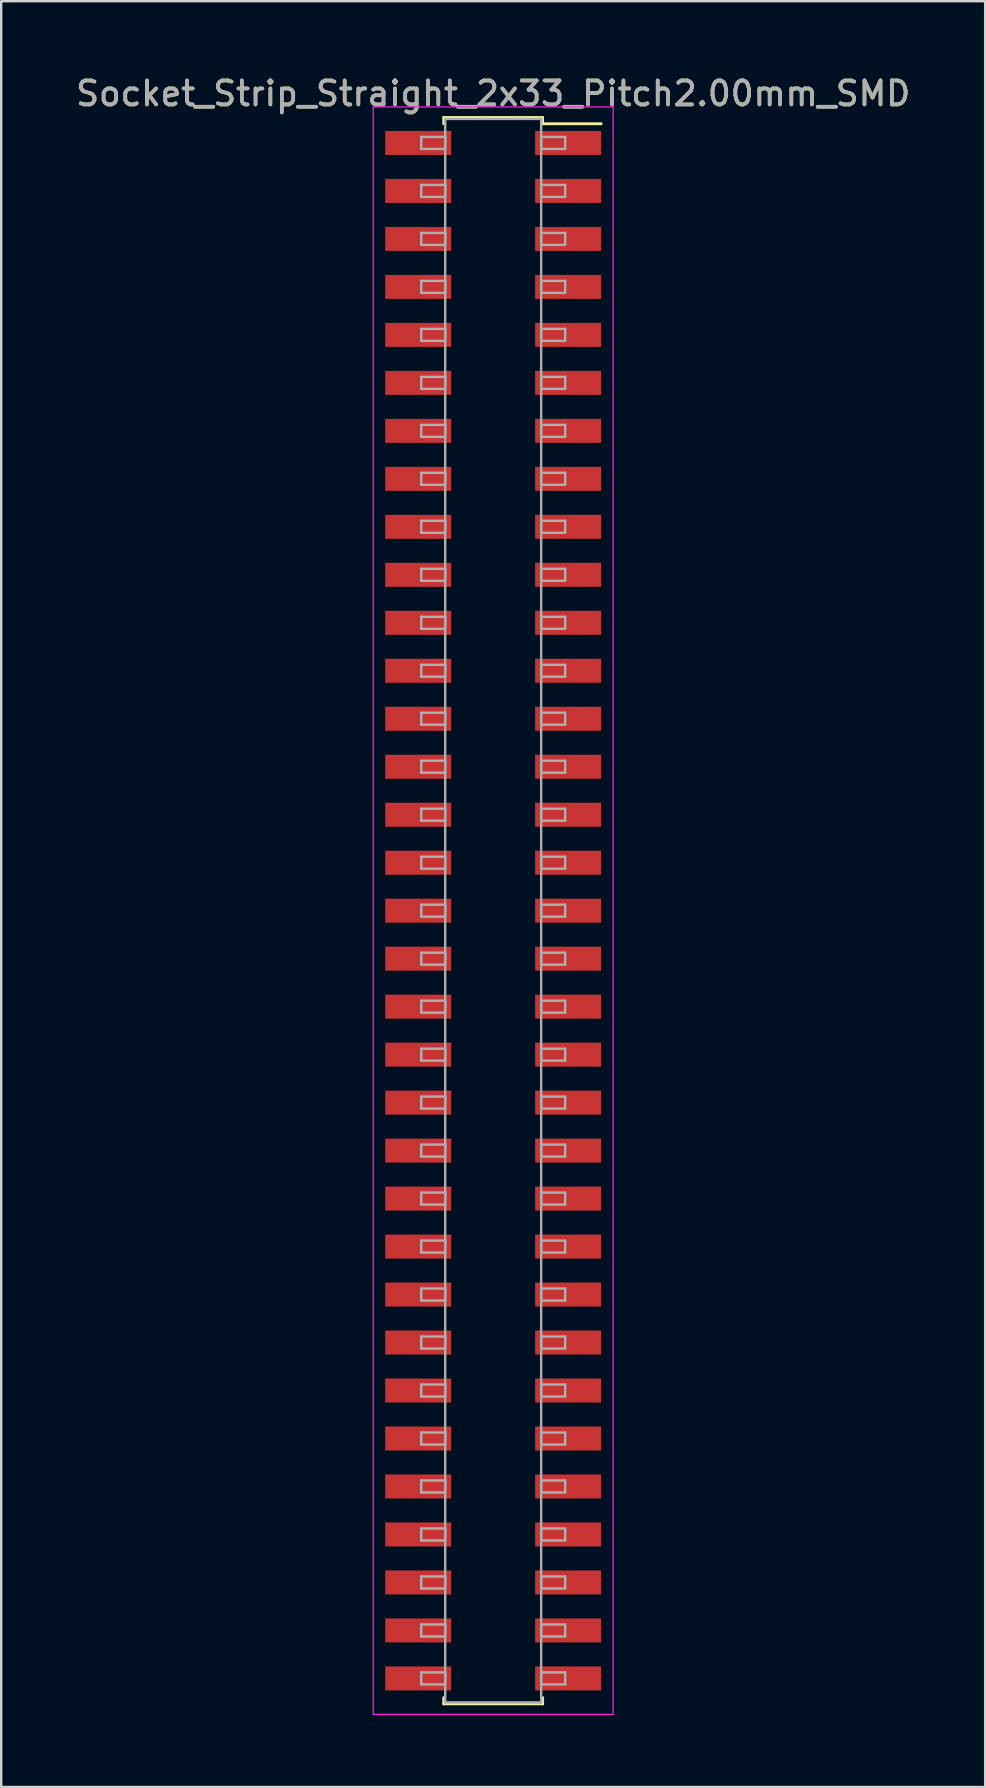
<source format=kicad_pcb>
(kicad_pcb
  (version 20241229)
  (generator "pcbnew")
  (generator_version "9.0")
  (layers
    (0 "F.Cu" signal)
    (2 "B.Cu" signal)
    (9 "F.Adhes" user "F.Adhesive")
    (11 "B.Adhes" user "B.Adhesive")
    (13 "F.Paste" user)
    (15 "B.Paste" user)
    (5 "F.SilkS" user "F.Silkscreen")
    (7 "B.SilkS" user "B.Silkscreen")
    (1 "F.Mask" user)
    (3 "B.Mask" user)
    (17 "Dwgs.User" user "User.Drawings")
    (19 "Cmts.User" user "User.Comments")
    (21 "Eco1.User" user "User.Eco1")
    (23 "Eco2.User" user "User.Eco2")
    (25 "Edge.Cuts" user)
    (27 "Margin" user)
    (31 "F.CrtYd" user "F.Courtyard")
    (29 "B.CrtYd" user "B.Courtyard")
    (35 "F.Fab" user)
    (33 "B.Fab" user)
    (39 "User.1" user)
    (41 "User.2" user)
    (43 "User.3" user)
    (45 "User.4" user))
  (footprint "Socket_Strip_Straight_2x33_Pitch2.00mm_SMD"
    (layer "F.Cu")
    (at 17.506 34.908)
    (property "Reference" "Socket_Strip_Straight_2x33_Pitch2.00mm_SMD" (at 0 -34.06 0) (layer "F.SilkS") (effects (font (size 1 1) (thickness 0.15))))
    (attr smd)
    (fp_line (start -2.06 -33.06) (end 2.06 -33.06) (stroke (width 0.12) (type solid)) (layer "F.SilkS"))
    (fp_line (start -2.06 -32.8) (end -2.06 -33.06) (stroke (width 0.12) (type solid)) (layer "F.SilkS"))
    (fp_line (start -2.06 32.8) (end -2.06 33.06) (stroke (width 0.12) (type solid)) (layer "F.SilkS"))
    (fp_line (start -2.06 33.06) (end 2.06 33.06) (stroke (width 0.12) (type solid)) (layer "F.SilkS"))
    (fp_line (start 2.06 -33.06) (end 2.06 -32.8) (stroke (width 0.12) (type solid)) (layer "F.SilkS"))
    (fp_line (start 2.06 33.06) (end 2.06 32.8) (stroke (width 0.12) (type solid)) (layer "F.SilkS"))
    (fp_line (start 4.5 -32.8) (end 2.06 -32.8) (stroke (width 0.12) (type solid)) (layer "F.SilkS"))
    (fp_line (start -5 -33.5) (end -5 33.5) (stroke (width 0.05) (type solid)) (layer "F.CrtYd"))
    (fp_line (start -5 33.5) (end 5 33.5) (stroke (width 0.05) (type solid)) (layer "F.CrtYd"))
    (fp_line (start 5 -33.5) (end -5 -33.5) (stroke (width 0.05) (type solid)) (layer "F.CrtYd"))
    (fp_line (start 5 33.5) (end 5 -33.5) (stroke (width 0.05) (type solid)) (layer "F.CrtYd"))
    (fp_line (start -3 -32.25) (end -2 -32.25) (stroke (width 0.1) (type solid)) (layer "F.Fab"))
    (fp_line (start -3 -31.75) (end -3 -32.25) (stroke (width 0.1) (type solid)) (layer "F.Fab"))
    (fp_line (start -3 -30.25) (end -2 -30.25) (stroke (width 0.1) (type solid)) (layer "F.Fab"))
    (fp_line (start -3 -29.75) (end -3 -30.25) (stroke (width 0.1) (type solid)) (layer "F.Fab"))
    (fp_line (start -3 -28.25) (end -2 -28.25) (stroke (width 0.1) (type solid)) (layer "F.Fab"))
    (fp_line (start -3 -27.75) (end -3 -28.25) (stroke (width 0.1) (type solid)) (layer "F.Fab"))
    (fp_line (start -3 -26.25) (end -2 -26.25) (stroke (width 0.1) (type solid)) (layer "F.Fab"))
    (fp_line (start -3 -25.75) (end -3 -26.25) (stroke (width 0.1) (type solid)) (layer "F.Fab"))
    (fp_line (start -3 -24.25) (end -2 -24.25) (stroke (width 0.1) (type solid)) (layer "F.Fab"))
    (fp_line (start -3 -23.75) (end -3 -24.25) (stroke (width 0.1) (type solid)) (layer "F.Fab"))
    (fp_line (start -3 -22.25) (end -2 -22.25) (stroke (width 0.1) (type solid)) (layer "F.Fab"))
    (fp_line (start -3 -21.75) (end -3 -22.25) (stroke (width 0.1) (type solid)) (layer "F.Fab"))
    (fp_line (start -3 -20.25) (end -2 -20.25) (stroke (width 0.1) (type solid)) (layer "F.Fab"))
    (fp_line (start -3 -19.75) (end -3 -20.25) (stroke (width 0.1) (type solid)) (layer "F.Fab"))
    (fp_line (start -3 -18.25) (end -2 -18.25) (stroke (width 0.1) (type solid)) (layer "F.Fab"))
    (fp_line (start -3 -17.75) (end -3 -18.25) (stroke (width 0.1) (type solid)) (layer "F.Fab"))
    (fp_line (start -3 -16.25) (end -2 -16.25) (stroke (width 0.1) (type solid)) (layer "F.Fab"))
    (fp_line (start -3 -15.75) (end -3 -16.25) (stroke (width 0.1) (type solid)) (layer "F.Fab"))
    (fp_line (start -3 -14.25) (end -2 -14.25) (stroke (width 0.1) (type solid)) (layer "F.Fab"))
    (fp_line (start -3 -13.75) (end -3 -14.25) (stroke (width 0.1) (type solid)) (layer "F.Fab"))
    (fp_line (start -3 -12.25) (end -2 -12.25) (stroke (width 0.1) (type solid)) (layer "F.Fab"))
    (fp_line (start -3 -11.75) (end -3 -12.25) (stroke (width 0.1) (type solid)) (layer "F.Fab"))
    (fp_line (start -3 -10.25) (end -2 -10.25) (stroke (width 0.1) (type solid)) (layer "F.Fab"))
    (fp_line (start -3 -9.75) (end -3 -10.25) (stroke (width 0.1) (type solid)) (layer "F.Fab"))
    (fp_line (start -3 -8.25) (end -2 -8.25) (stroke (width 0.1) (type solid)) (layer "F.Fab"))
    (fp_line (start -3 -7.75) (end -3 -8.25) (stroke (width 0.1) (type solid)) (layer "F.Fab"))
    (fp_line (start -3 -6.25) (end -2 -6.25) (stroke (width 0.1) (type solid)) (layer "F.Fab"))
    (fp_line (start -3 -5.75) (end -3 -6.25) (stroke (width 0.1) (type solid)) (layer "F.Fab"))
    (fp_line (start -3 -4.25) (end -2 -4.25) (stroke (width 0.1) (type solid)) (layer "F.Fab"))
    (fp_line (start -3 -3.75) (end -3 -4.25) (stroke (width 0.1) (type solid)) (layer "F.Fab"))
    (fp_line (start -3 -2.25) (end -2 -2.25) (stroke (width 0.1) (type solid)) (layer "F.Fab"))
    (fp_line (start -3 -1.75) (end -3 -2.25) (stroke (width 0.1) (type solid)) (layer "F.Fab"))
    (fp_line (start -3 -0.25) (end -2 -0.25) (stroke (width 0.1) (type solid)) (layer "F.Fab"))
    (fp_line (start -3 0.25) (end -3 -0.25) (stroke (width 0.1) (type solid)) (layer "F.Fab"))
    (fp_line (start -3 1.75) (end -2 1.75) (stroke (width 0.1) (type solid)) (layer "F.Fab"))
    (fp_line (start -3 2.25) (end -3 1.75) (stroke (width 0.1) (type solid)) (layer "F.Fab"))
    (fp_line (start -3 3.75) (end -2 3.75) (stroke (width 0.1) (type solid)) (layer "F.Fab"))
    (fp_line (start -3 4.25) (end -3 3.75) (stroke (width 0.1) (type solid)) (layer "F.Fab"))
    (fp_line (start -3 5.75) (end -2 5.75) (stroke (width 0.1) (type solid)) (layer "F.Fab"))
    (fp_line (start -3 6.25) (end -3 5.75) (stroke (width 0.1) (type solid)) (layer "F.Fab"))
    (fp_line (start -3 7.75) (end -2 7.75) (stroke (width 0.1) (type solid)) (layer "F.Fab"))
    (fp_line (start -3 8.25) (end -3 7.75) (stroke (width 0.1) (type solid)) (layer "F.Fab"))
    (fp_line (start -3 9.75) (end -2 9.75) (stroke (width 0.1) (type solid)) (layer "F.Fab"))
    (fp_line (start -3 10.25) (end -3 9.75) (stroke (width 0.1) (type solid)) (layer "F.Fab"))
    (fp_line (start -3 11.75) (end -2 11.75) (stroke (width 0.1) (type solid)) (layer "F.Fab"))
    (fp_line (start -3 12.25) (end -3 11.75) (stroke (width 0.1) (type solid)) (layer "F.Fab"))
    (fp_line (start -3 13.75) (end -2 13.75) (stroke (width 0.1) (type solid)) (layer "F.Fab"))
    (fp_line (start -3 14.25) (end -3 13.75) (stroke (width 0.1) (type solid)) (layer "F.Fab"))
    (fp_line (start -3 15.75) (end -2 15.75) (stroke (width 0.1) (type solid)) (layer "F.Fab"))
    (fp_line (start -3 16.25) (end -3 15.75) (stroke (width 0.1) (type solid)) (layer "F.Fab"))
    (fp_line (start -3 17.75) (end -2 17.75) (stroke (width 0.1) (type solid)) (layer "F.Fab"))
    (fp_line (start -3 18.25) (end -3 17.75) (stroke (width 0.1) (type solid)) (layer "F.Fab"))
    (fp_line (start -3 19.75) (end -2 19.75) (stroke (width 0.1) (type solid)) (layer "F.Fab"))
    (fp_line (start -3 20.25) (end -3 19.75) (stroke (width 0.1) (type solid)) (layer "F.Fab"))
    (fp_line (start -3 21.75) (end -2 21.75) (stroke (width 0.1) (type solid)) (layer "F.Fab"))
    (fp_line (start -3 22.25) (end -3 21.75) (stroke (width 0.1) (type solid)) (layer "F.Fab"))
    (fp_line (start -3 23.75) (end -2 23.75) (stroke (width 0.1) (type solid)) (layer "F.Fab"))
    (fp_line (start -3 24.25) (end -3 23.75) (stroke (width 0.1) (type solid)) (layer "F.Fab"))
    (fp_line (start -3 25.75) (end -2 25.75) (stroke (width 0.1) (type solid)) (layer "F.Fab"))
    (fp_line (start -3 26.25) (end -3 25.75) (stroke (width 0.1) (type solid)) (layer "F.Fab"))
    (fp_line (start -3 27.75) (end -2 27.75) (stroke (width 0.1) (type solid)) (layer "F.Fab"))
    (fp_line (start -3 28.25) (end -3 27.75) (stroke (width 0.1) (type solid)) (layer "F.Fab"))
    (fp_line (start -3 29.75) (end -2 29.75) (stroke (width 0.1) (type solid)) (layer "F.Fab"))
    (fp_line (start -3 30.25) (end -3 29.75) (stroke (width 0.1) (type solid)) (layer "F.Fab"))
    (fp_line (start -3 31.75) (end -2 31.75) (stroke (width 0.1) (type solid)) (layer "F.Fab"))
    (fp_line (start -3 32.25) (end -3 31.75) (stroke (width 0.1) (type solid)) (layer "F.Fab"))
    (fp_line (start -2 -33) (end -2 33) (stroke (width 0.1) (type solid)) (layer "F.Fab"))
    (fp_line (start -2 -32.25) (end -2 -31.75) (stroke (width 0.1) (type solid)) (layer "F.Fab"))
    (fp_line (start -2 -31.75) (end -3 -31.75) (stroke (width 0.1) (type solid)) (layer "F.Fab"))
    (fp_line (start -2 -30.25) (end -2 -29.75) (stroke (width 0.1) (type solid)) (layer "F.Fab"))
    (fp_line (start -2 -29.75) (end -3 -29.75) (stroke (width 0.1) (type solid)) (layer "F.Fab"))
    (fp_line (start -2 -28.25) (end -2 -27.75) (stroke (width 0.1) (type solid)) (layer "F.Fab"))
    (fp_line (start -2 -27.75) (end -3 -27.75) (stroke (width 0.1) (type solid)) (layer "F.Fab"))
    (fp_line (start -2 -26.25) (end -2 -25.75) (stroke (width 0.1) (type solid)) (layer "F.Fab"))
    (fp_line (start -2 -25.75) (end -3 -25.75) (stroke (width 0.1) (type solid)) (layer "F.Fab"))
    (fp_line (start -2 -24.25) (end -2 -23.75) (stroke (width 0.1) (type solid)) (layer "F.Fab"))
    (fp_line (start -2 -23.75) (end -3 -23.75) (stroke (width 0.1) (type solid)) (layer "F.Fab"))
    (fp_line (start -2 -22.25) (end -2 -21.75) (stroke (width 0.1) (type solid)) (layer "F.Fab"))
    (fp_line (start -2 -21.75) (end -3 -21.75) (stroke (width 0.1) (type solid)) (layer "F.Fab"))
    (fp_line (start -2 -20.25) (end -2 -19.75) (stroke (width 0.1) (type solid)) (layer "F.Fab"))
    (fp_line (start -2 -19.75) (end -3 -19.75) (stroke (width 0.1) (type solid)) (layer "F.Fab"))
    (fp_line (start -2 -18.25) (end -2 -17.75) (stroke (width 0.1) (type solid)) (layer "F.Fab"))
    (fp_line (start -2 -17.75) (end -3 -17.75) (stroke (width 0.1) (type solid)) (layer "F.Fab"))
    (fp_line (start -2 -16.25) (end -2 -15.75) (stroke (width 0.1) (type solid)) (layer "F.Fab"))
    (fp_line (start -2 -15.75) (end -3 -15.75) (stroke (width 0.1) (type solid)) (layer "F.Fab"))
    (fp_line (start -2 -14.25) (end -2 -13.75) (stroke (width 0.1) (type solid)) (layer "F.Fab"))
    (fp_line (start -2 -13.75) (end -3 -13.75) (stroke (width 0.1) (type solid)) (layer "F.Fab"))
    (fp_line (start -2 -12.25) (end -2 -11.75) (stroke (width 0.1) (type solid)) (layer "F.Fab"))
    (fp_line (start -2 -11.75) (end -3 -11.75) (stroke (width 0.1) (type solid)) (layer "F.Fab"))
    (fp_line (start -2 -10.25) (end -2 -9.75) (stroke (width 0.1) (type solid)) (layer "F.Fab"))
    (fp_line (start -2 -9.75) (end -3 -9.75) (stroke (width 0.1) (type solid)) (layer "F.Fab"))
    (fp_line (start -2 -8.25) (end -2 -7.75) (stroke (width 0.1) (type solid)) (layer "F.Fab"))
    (fp_line (start -2 -7.75) (end -3 -7.75) (stroke (width 0.1) (type solid)) (layer "F.Fab"))
    (fp_line (start -2 -6.25) (end -2 -5.75) (stroke (width 0.1) (type solid)) (layer "F.Fab"))
    (fp_line (start -2 -5.75) (end -3 -5.75) (stroke (width 0.1) (type solid)) (layer "F.Fab"))
    (fp_line (start -2 -4.25) (end -2 -3.75) (stroke (width 0.1) (type solid)) (layer "F.Fab"))
    (fp_line (start -2 -3.75) (end -3 -3.75) (stroke (width 0.1) (type solid)) (layer "F.Fab"))
    (fp_line (start -2 -2.25) (end -2 -1.75) (stroke (width 0.1) (type solid)) (layer "F.Fab"))
    (fp_line (start -2 -1.75) (end -3 -1.75) (stroke (width 0.1) (type solid)) (layer "F.Fab"))
    (fp_line (start -2 -0.25) (end -2 0.25) (stroke (width 0.1) (type solid)) (layer "F.Fab"))
    (fp_line (start -2 0.25) (end -3 0.25) (stroke (width 0.1) (type solid)) (layer "F.Fab"))
    (fp_line (start -2 1.75) (end -2 2.25) (stroke (width 0.1) (type solid)) (layer "F.Fab"))
    (fp_line (start -2 2.25) (end -3 2.25) (stroke (width 0.1) (type solid)) (layer "F.Fab"))
    (fp_line (start -2 3.75) (end -2 4.25) (stroke (width 0.1) (type solid)) (layer "F.Fab"))
    (fp_line (start -2 4.25) (end -3 4.25) (stroke (width 0.1) (type solid)) (layer "F.Fab"))
    (fp_line (start -2 5.75) (end -2 6.25) (stroke (width 0.1) (type solid)) (layer "F.Fab"))
    (fp_line (start -2 6.25) (end -3 6.25) (stroke (width 0.1) (type solid)) (layer "F.Fab"))
    (fp_line (start -2 7.75) (end -2 8.25) (stroke (width 0.1) (type solid)) (layer "F.Fab"))
    (fp_line (start -2 8.25) (end -3 8.25) (stroke (width 0.1) (type solid)) (layer "F.Fab"))
    (fp_line (start -2 9.75) (end -2 10.25) (stroke (width 0.1) (type solid)) (layer "F.Fab"))
    (fp_line (start -2 10.25) (end -3 10.25) (stroke (width 0.1) (type solid)) (layer "F.Fab"))
    (fp_line (start -2 11.75) (end -2 12.25) (stroke (width 0.1) (type solid)) (layer "F.Fab"))
    (fp_line (start -2 12.25) (end -3 12.25) (stroke (width 0.1) (type solid)) (layer "F.Fab"))
    (fp_line (start -2 13.75) (end -2 14.25) (stroke (width 0.1) (type solid)) (layer "F.Fab"))
    (fp_line (start -2 14.25) (end -3 14.25) (stroke (width 0.1) (type solid)) (layer "F.Fab"))
    (fp_line (start -2 15.75) (end -2 16.25) (stroke (width 0.1) (type solid)) (layer "F.Fab"))
    (fp_line (start -2 16.25) (end -3 16.25) (stroke (width 0.1) (type solid)) (layer "F.Fab"))
    (fp_line (start -2 17.75) (end -2 18.25) (stroke (width 0.1) (type solid)) (layer "F.Fab"))
    (fp_line (start -2 18.25) (end -3 18.25) (stroke (width 0.1) (type solid)) (layer "F.Fab"))
    (fp_line (start -2 19.75) (end -2 20.25) (stroke (width 0.1) (type solid)) (layer "F.Fab"))
    (fp_line (start -2 20.25) (end -3 20.25) (stroke (width 0.1) (type solid)) (layer "F.Fab"))
    (fp_line (start -2 21.75) (end -2 22.25) (stroke (width 0.1) (type solid)) (layer "F.Fab"))
    (fp_line (start -2 22.25) (end -3 22.25) (stroke (width 0.1) (type solid)) (layer "F.Fab"))
    (fp_line (start -2 23.75) (end -2 24.25) (stroke (width 0.1) (type solid)) (layer "F.Fab"))
    (fp_line (start -2 24.25) (end -3 24.25) (stroke (width 0.1) (type solid)) (layer "F.Fab"))
    (fp_line (start -2 25.75) (end -2 26.25) (stroke (width 0.1) (type solid)) (layer "F.Fab"))
    (fp_line (start -2 26.25) (end -3 26.25) (stroke (width 0.1) (type solid)) (layer "F.Fab"))
    (fp_line (start -2 27.75) (end -2 28.25) (stroke (width 0.1) (type solid)) (layer "F.Fab"))
    (fp_line (start -2 28.25) (end -3 28.25) (stroke (width 0.1) (type solid)) (layer "F.Fab"))
    (fp_line (start -2 29.75) (end -2 30.25) (stroke (width 0.1) (type solid)) (layer "F.Fab"))
    (fp_line (start -2 30.25) (end -3 30.25) (stroke (width 0.1) (type solid)) (layer "F.Fab"))
    (fp_line (start -2 31.75) (end -2 32.25) (stroke (width 0.1) (type solid)) (layer "F.Fab"))
    (fp_line (start -2 32.25) (end -3 32.25) (stroke (width 0.1) (type solid)) (layer "F.Fab"))
    (fp_line (start -2 33) (end 2 33) (stroke (width 0.1) (type solid)) (layer "F.Fab"))
    (fp_line (start 2 -33) (end -2 -33) (stroke (width 0.1) (type solid)) (layer "F.Fab"))
    (fp_line (start 2 -32.25) (end 2 -31.75) (stroke (width 0.1) (type solid)) (layer "F.Fab"))
    (fp_line (start 2 -31.75) (end 3 -31.75) (stroke (width 0.1) (type solid)) (layer "F.Fab"))
    (fp_line (start 2 -30.25) (end 2 -29.75) (stroke (width 0.1) (type solid)) (layer "F.Fab"))
    (fp_line (start 2 -29.75) (end 3 -29.75) (stroke (width 0.1) (type solid)) (layer "F.Fab"))
    (fp_line (start 2 -28.25) (end 2 -27.75) (stroke (width 0.1) (type solid)) (layer "F.Fab"))
    (fp_line (start 2 -27.75) (end 3 -27.75) (stroke (width 0.1) (type solid)) (layer "F.Fab"))
    (fp_line (start 2 -26.25) (end 2 -25.75) (stroke (width 0.1) (type solid)) (layer "F.Fab"))
    (fp_line (start 2 -25.75) (end 3 -25.75) (stroke (width 0.1) (type solid)) (layer "F.Fab"))
    (fp_line (start 2 -24.25) (end 2 -23.75) (stroke (width 0.1) (type solid)) (layer "F.Fab"))
    (fp_line (start 2 -23.75) (end 3 -23.75) (stroke (width 0.1) (type solid)) (layer "F.Fab"))
    (fp_line (start 2 -22.25) (end 2 -21.75) (stroke (width 0.1) (type solid)) (layer "F.Fab"))
    (fp_line (start 2 -21.75) (end 3 -21.75) (stroke (width 0.1) (type solid)) (layer "F.Fab"))
    (fp_line (start 2 -20.25) (end 2 -19.75) (stroke (width 0.1) (type solid)) (layer "F.Fab"))
    (fp_line (start 2 -19.75) (end 3 -19.75) (stroke (width 0.1) (type solid)) (layer "F.Fab"))
    (fp_line (start 2 -18.25) (end 2 -17.75) (stroke (width 0.1) (type solid)) (layer "F.Fab"))
    (fp_line (start 2 -17.75) (end 3 -17.75) (stroke (width 0.1) (type solid)) (layer "F.Fab"))
    (fp_line (start 2 -16.25) (end 2 -15.75) (stroke (width 0.1) (type solid)) (layer "F.Fab"))
    (fp_line (start 2 -15.75) (end 3 -15.75) (stroke (width 0.1) (type solid)) (layer "F.Fab"))
    (fp_line (start 2 -14.25) (end 2 -13.75) (stroke (width 0.1) (type solid)) (layer "F.Fab"))
    (fp_line (start 2 -13.75) (end 3 -13.75) (stroke (width 0.1) (type solid)) (layer "F.Fab"))
    (fp_line (start 2 -12.25) (end 2 -11.75) (stroke (width 0.1) (type solid)) (layer "F.Fab"))
    (fp_line (start 2 -11.75) (end 3 -11.75) (stroke (width 0.1) (type solid)) (layer "F.Fab"))
    (fp_line (start 2 -10.25) (end 2 -9.75) (stroke (width 0.1) (type solid)) (layer "F.Fab"))
    (fp_line (start 2 -9.75) (end 3 -9.75) (stroke (width 0.1) (type solid)) (layer "F.Fab"))
    (fp_line (start 2 -8.25) (end 2 -7.75) (stroke (width 0.1) (type solid)) (layer "F.Fab"))
    (fp_line (start 2 -7.75) (end 3 -7.75) (stroke (width 0.1) (type solid)) (layer "F.Fab"))
    (fp_line (start 2 -6.25) (end 2 -5.75) (stroke (width 0.1) (type solid)) (layer "F.Fab"))
    (fp_line (start 2 -5.75) (end 3 -5.75) (stroke (width 0.1) (type solid)) (layer "F.Fab"))
    (fp_line (start 2 -4.25) (end 2 -3.75) (stroke (width 0.1) (type solid)) (layer "F.Fab"))
    (fp_line (start 2 -3.75) (end 3 -3.75) (stroke (width 0.1) (type solid)) (layer "F.Fab"))
    (fp_line (start 2 -2.25) (end 2 -1.75) (stroke (width 0.1) (type solid)) (layer "F.Fab"))
    (fp_line (start 2 -1.75) (end 3 -1.75) (stroke (width 0.1) (type solid)) (layer "F.Fab"))
    (fp_line (start 2 -0.25) (end 2 0.25) (stroke (width 0.1) (type solid)) (layer "F.Fab"))
    (fp_line (start 2 0.25) (end 3 0.25) (stroke (width 0.1) (type solid)) (layer "F.Fab"))
    (fp_line (start 2 1.75) (end 2 2.25) (stroke (width 0.1) (type solid)) (layer "F.Fab"))
    (fp_line (start 2 2.25) (end 3 2.25) (stroke (width 0.1) (type solid)) (layer "F.Fab"))
    (fp_line (start 2 3.75) (end 2 4.25) (stroke (width 0.1) (type solid)) (layer "F.Fab"))
    (fp_line (start 2 4.25) (end 3 4.25) (stroke (width 0.1) (type solid)) (layer "F.Fab"))
    (fp_line (start 2 5.75) (end 2 6.25) (stroke (width 0.1) (type solid)) (layer "F.Fab"))
    (fp_line (start 2 6.25) (end 3 6.25) (stroke (width 0.1) (type solid)) (layer "F.Fab"))
    (fp_line (start 2 7.75) (end 2 8.25) (stroke (width 0.1) (type solid)) (layer "F.Fab"))
    (fp_line (start 2 8.25) (end 3 8.25) (stroke (width 0.1) (type solid)) (layer "F.Fab"))
    (fp_line (start 2 9.75) (end 2 10.25) (stroke (width 0.1) (type solid)) (layer "F.Fab"))
    (fp_line (start 2 10.25) (end 3 10.25) (stroke (width 0.1) (type solid)) (layer "F.Fab"))
    (fp_line (start 2 11.75) (end 2 12.25) (stroke (width 0.1) (type solid)) (layer "F.Fab"))
    (fp_line (start 2 12.25) (end 3 12.25) (stroke (width 0.1) (type solid)) (layer "F.Fab"))
    (fp_line (start 2 13.75) (end 2 14.25) (stroke (width 0.1) (type solid)) (layer "F.Fab"))
    (fp_line (start 2 14.25) (end 3 14.25) (stroke (width 0.1) (type solid)) (layer "F.Fab"))
    (fp_line (start 2 15.75) (end 2 16.25) (stroke (width 0.1) (type solid)) (layer "F.Fab"))
    (fp_line (start 2 16.25) (end 3 16.25) (stroke (width 0.1) (type solid)) (layer "F.Fab"))
    (fp_line (start 2 17.75) (end 2 18.25) (stroke (width 0.1) (type solid)) (layer "F.Fab"))
    (fp_line (start 2 18.25) (end 3 18.25) (stroke (width 0.1) (type solid)) (layer "F.Fab"))
    (fp_line (start 2 19.75) (end 2 20.25) (stroke (width 0.1) (type solid)) (layer "F.Fab"))
    (fp_line (start 2 20.25) (end 3 20.25) (stroke (width 0.1) (type solid)) (layer "F.Fab"))
    (fp_line (start 2 21.75) (end 2 22.25) (stroke (width 0.1) (type solid)) (layer "F.Fab"))
    (fp_line (start 2 22.25) (end 3 22.25) (stroke (width 0.1) (type solid)) (layer "F.Fab"))
    (fp_line (start 2 23.75) (end 2 24.25) (stroke (width 0.1) (type solid)) (layer "F.Fab"))
    (fp_line (start 2 24.25) (end 3 24.25) (stroke (width 0.1) (type solid)) (layer "F.Fab"))
    (fp_line (start 2 25.75) (end 2 26.25) (stroke (width 0.1) (type solid)) (layer "F.Fab"))
    (fp_line (start 2 26.25) (end 3 26.25) (stroke (width 0.1) (type solid)) (layer "F.Fab"))
    (fp_line (start 2 27.75) (end 2 28.25) (stroke (width 0.1) (type solid)) (layer "F.Fab"))
    (fp_line (start 2 28.25) (end 3 28.25) (stroke (width 0.1) (type solid)) (layer "F.Fab"))
    (fp_line (start 2 29.75) (end 2 30.25) (stroke (width 0.1) (type solid)) (layer "F.Fab"))
    (fp_line (start 2 30.25) (end 3 30.25) (stroke (width 0.1) (type solid)) (layer "F.Fab"))
    (fp_line (start 2 31.75) (end 2 32.25) (stroke (width 0.1) (type solid)) (layer "F.Fab"))
    (fp_line (start 2 32.25) (end 3 32.25) (stroke (width 0.1) (type solid)) (layer "F.Fab"))
    (fp_line (start 2 33) (end 2 -33) (stroke (width 0.1) (type solid)) (layer "F.Fab"))
    (fp_line (start 3 -32.25) (end 2 -32.25) (stroke (width 0.1) (type solid)) (layer "F.Fab"))
    (fp_line (start 3 -31.75) (end 3 -32.25) (stroke (width 0.1) (type solid)) (layer "F.Fab"))
    (fp_line (start 3 -30.25) (end 2 -30.25) (stroke (width 0.1) (type solid)) (layer "F.Fab"))
    (fp_line (start 3 -29.75) (end 3 -30.25) (stroke (width 0.1) (type solid)) (layer "F.Fab"))
    (fp_line (start 3 -28.25) (end 2 -28.25) (stroke (width 0.1) (type solid)) (layer "F.Fab"))
    (fp_line (start 3 -27.75) (end 3 -28.25) (stroke (width 0.1) (type solid)) (layer "F.Fab"))
    (fp_line (start 3 -26.25) (end 2 -26.25) (stroke (width 0.1) (type solid)) (layer "F.Fab"))
    (fp_line (start 3 -25.75) (end 3 -26.25) (stroke (width 0.1) (type solid)) (layer "F.Fab"))
    (fp_line (start 3 -24.25) (end 2 -24.25) (stroke (width 0.1) (type solid)) (layer "F.Fab"))
    (fp_line (start 3 -23.75) (end 3 -24.25) (stroke (width 0.1) (type solid)) (layer "F.Fab"))
    (fp_line (start 3 -22.25) (end 2 -22.25) (stroke (width 0.1) (type solid)) (layer "F.Fab"))
    (fp_line (start 3 -21.75) (end 3 -22.25) (stroke (width 0.1) (type solid)) (layer "F.Fab"))
    (fp_line (start 3 -20.25) (end 2 -20.25) (stroke (width 0.1) (type solid)) (layer "F.Fab"))
    (fp_line (start 3 -19.75) (end 3 -20.25) (stroke (width 0.1) (type solid)) (layer "F.Fab"))
    (fp_line (start 3 -18.25) (end 2 -18.25) (stroke (width 0.1) (type solid)) (layer "F.Fab"))
    (fp_line (start 3 -17.75) (end 3 -18.25) (stroke (width 0.1) (type solid)) (layer "F.Fab"))
    (fp_line (start 3 -16.25) (end 2 -16.25) (stroke (width 0.1) (type solid)) (layer "F.Fab"))
    (fp_line (start 3 -15.75) (end 3 -16.25) (stroke (width 0.1) (type solid)) (layer "F.Fab"))
    (fp_line (start 3 -14.25) (end 2 -14.25) (stroke (width 0.1) (type solid)) (layer "F.Fab"))
    (fp_line (start 3 -13.75) (end 3 -14.25) (stroke (width 0.1) (type solid)) (layer "F.Fab"))
    (fp_line (start 3 -12.25) (end 2 -12.25) (stroke (width 0.1) (type solid)) (layer "F.Fab"))
    (fp_line (start 3 -11.75) (end 3 -12.25) (stroke (width 0.1) (type solid)) (layer "F.Fab"))
    (fp_line (start 3 -10.25) (end 2 -10.25) (stroke (width 0.1) (type solid)) (layer "F.Fab"))
    (fp_line (start 3 -9.75) (end 3 -10.25) (stroke (width 0.1) (type solid)) (layer "F.Fab"))
    (fp_line (start 3 -8.25) (end 2 -8.25) (stroke (width 0.1) (type solid)) (layer "F.Fab"))
    (fp_line (start 3 -7.75) (end 3 -8.25) (stroke (width 0.1) (type solid)) (layer "F.Fab"))
    (fp_line (start 3 -6.25) (end 2 -6.25) (stroke (width 0.1) (type solid)) (layer "F.Fab"))
    (fp_line (start 3 -5.75) (end 3 -6.25) (stroke (width 0.1) (type solid)) (layer "F.Fab"))
    (fp_line (start 3 -4.25) (end 2 -4.25) (stroke (width 0.1) (type solid)) (layer "F.Fab"))
    (fp_line (start 3 -3.75) (end 3 -4.25) (stroke (width 0.1) (type solid)) (layer "F.Fab"))
    (fp_line (start 3 -2.25) (end 2 -2.25) (stroke (width 0.1) (type solid)) (layer "F.Fab"))
    (fp_line (start 3 -1.75) (end 3 -2.25) (stroke (width 0.1) (type solid)) (layer "F.Fab"))
    (fp_line (start 3 -0.25) (end 2 -0.25) (stroke (width 0.1) (type solid)) (layer "F.Fab"))
    (fp_line (start 3 0.25) (end 3 -0.25) (stroke (width 0.1) (type solid)) (layer "F.Fab"))
    (fp_line (start 3 1.75) (end 2 1.75) (stroke (width 0.1) (type solid)) (layer "F.Fab"))
    (fp_line (start 3 2.25) (end 3 1.75) (stroke (width 0.1) (type solid)) (layer "F.Fab"))
    (fp_line (start 3 3.75) (end 2 3.75) (stroke (width 0.1) (type solid)) (layer "F.Fab"))
    (fp_line (start 3 4.25) (end 3 3.75) (stroke (width 0.1) (type solid)) (layer "F.Fab"))
    (fp_line (start 3 5.75) (end 2 5.75) (stroke (width 0.1) (type solid)) (layer "F.Fab"))
    (fp_line (start 3 6.25) (end 3 5.75) (stroke (width 0.1) (type solid)) (layer "F.Fab"))
    (fp_line (start 3 7.75) (end 2 7.75) (stroke (width 0.1) (type solid)) (layer "F.Fab"))
    (fp_line (start 3 8.25) (end 3 7.75) (stroke (width 0.1) (type solid)) (layer "F.Fab"))
    (fp_line (start 3 9.75) (end 2 9.75) (stroke (width 0.1) (type solid)) (layer "F.Fab"))
    (fp_line (start 3 10.25) (end 3 9.75) (stroke (width 0.1) (type solid)) (layer "F.Fab"))
    (fp_line (start 3 11.75) (end 2 11.75) (stroke (width 0.1) (type solid)) (layer "F.Fab"))
    (fp_line (start 3 12.25) (end 3 11.75) (stroke (width 0.1) (type solid)) (layer "F.Fab"))
    (fp_line (start 3 13.75) (end 2 13.75) (stroke (width 0.1) (type solid)) (layer "F.Fab"))
    (fp_line (start 3 14.25) (end 3 13.75) (stroke (width 0.1) (type solid)) (layer "F.Fab"))
    (fp_line (start 3 15.75) (end 2 15.75) (stroke (width 0.1) (type solid)) (layer "F.Fab"))
    (fp_line (start 3 16.25) (end 3 15.75) (stroke (width 0.1) (type solid)) (layer "F.Fab"))
    (fp_line (start 3 17.75) (end 2 17.75) (stroke (width 0.1) (type solid)) (layer "F.Fab"))
    (fp_line (start 3 18.25) (end 3 17.75) (stroke (width 0.1) (type solid)) (layer "F.Fab"))
    (fp_line (start 3 19.75) (end 2 19.75) (stroke (width 0.1) (type solid)) (layer "F.Fab"))
    (fp_line (start 3 20.25) (end 3 19.75) (stroke (width 0.1) (type solid)) (layer "F.Fab"))
    (fp_line (start 3 21.75) (end 2 21.75) (stroke (width 0.1) (type solid)) (layer "F.Fab"))
    (fp_line (start 3 22.25) (end 3 21.75) (stroke (width 0.1) (type solid)) (layer "F.Fab"))
    (fp_line (start 3 23.75) (end 2 23.75) (stroke (width 0.1) (type solid)) (layer "F.Fab"))
    (fp_line (start 3 24.25) (end 3 23.75) (stroke (width 0.1) (type solid)) (layer "F.Fab"))
    (fp_line (start 3 25.75) (end 2 25.75) (stroke (width 0.1) (type solid)) (layer "F.Fab"))
    (fp_line (start 3 26.25) (end 3 25.75) (stroke (width 0.1) (type solid)) (layer "F.Fab"))
    (fp_line (start 3 27.75) (end 2 27.75) (stroke (width 0.1) (type solid)) (layer "F.Fab"))
    (fp_line (start 3 28.25) (end 3 27.75) (stroke (width 0.1) (type solid)) (layer "F.Fab"))
    (fp_line (start 3 29.75) (end 2 29.75) (stroke (width 0.1) (type solid)) (layer "F.Fab"))
    (fp_line (start 3 30.25) (end 3 29.75) (stroke (width 0.1) (type solid)) (layer "F.Fab"))
    (fp_line (start 3 31.75) (end 2 31.75) (stroke (width 0.1) (type solid)) (layer "F.Fab"))
    (fp_line (start 3 32.25) (end 3 31.75) (stroke (width 0.1) (type solid)) (layer "F.Fab"))
    (fp_text user "${REFERENCE}" (at 0 -34.06 0) (layer "F.Fab") (effects (font (size 1 1) (thickness 0.15))))
    (pad "1" smd rect (at 3.125 -32) (size 2.75 1) (layers "F.Cu" "F.Mask" "F.Paste"))
    (pad "2" smd rect (at -3.125 -32) (size 2.75 1) (layers "F.Cu" "F.Mask" "F.Paste"))
    (pad "3" smd rect (at 3.125 -30) (size 2.75 1) (layers "F.Cu" "F.Mask" "F.Paste"))
    (pad "4" smd rect (at -3.125 -30) (size 2.75 1) (layers "F.Cu" "F.Mask" "F.Paste"))
    (pad "5" smd rect (at 3.125 -28) (size 2.75 1) (layers "F.Cu" "F.Mask" "F.Paste"))
    (pad "6" smd rect (at -3.125 -28) (size 2.75 1) (layers "F.Cu" "F.Mask" "F.Paste"))
    (pad "7" smd rect (at 3.125 -26) (size 2.75 1) (layers "F.Cu" "F.Mask" "F.Paste"))
    (pad "8" smd rect (at -3.125 -26) (size 2.75 1) (layers "F.Cu" "F.Mask" "F.Paste"))
    (pad "9" smd rect (at 3.125 -24) (size 2.75 1) (layers "F.Cu" "F.Mask" "F.Paste"))
    (pad "10" smd rect (at -3.125 -24) (size 2.75 1) (layers "F.Cu" "F.Mask" "F.Paste"))
    (pad "11" smd rect (at 3.125 -22) (size 2.75 1) (layers "F.Cu" "F.Mask" "F.Paste"))
    (pad "12" smd rect (at -3.125 -22) (size 2.75 1) (layers "F.Cu" "F.Mask" "F.Paste"))
    (pad "13" smd rect (at 3.125 -20) (size 2.75 1) (layers "F.Cu" "F.Mask" "F.Paste"))
    (pad "14" smd rect (at -3.125 -20) (size 2.75 1) (layers "F.Cu" "F.Mask" "F.Paste"))
    (pad "15" smd rect (at 3.125 -18) (size 2.75 1) (layers "F.Cu" "F.Mask" "F.Paste"))
    (pad "16" smd rect (at -3.125 -18) (size 2.75 1) (layers "F.Cu" "F.Mask" "F.Paste"))
    (pad "17" smd rect (at 3.125 -16) (size 2.75 1) (layers "F.Cu" "F.Mask" "F.Paste"))
    (pad "18" smd rect (at -3.125 -16) (size 2.75 1) (layers "F.Cu" "F.Mask" "F.Paste"))
    (pad "19" smd rect (at 3.125 -14) (size 2.75 1) (layers "F.Cu" "F.Mask" "F.Paste"))
    (pad "20" smd rect (at -3.125 -14) (size 2.75 1) (layers "F.Cu" "F.Mask" "F.Paste"))
    (pad "21" smd rect (at 3.125 -12) (size 2.75 1) (layers "F.Cu" "F.Mask" "F.Paste"))
    (pad "22" smd rect (at -3.125 -12) (size 2.75 1) (layers "F.Cu" "F.Mask" "F.Paste"))
    (pad "23" smd rect (at 3.125 -10) (size 2.75 1) (layers "F.Cu" "F.Mask" "F.Paste"))
    (pad "24" smd rect (at -3.125 -10) (size 2.75 1) (layers "F.Cu" "F.Mask" "F.Paste"))
    (pad "25" smd rect (at 3.125 -8) (size 2.75 1) (layers "F.Cu" "F.Mask" "F.Paste"))
    (pad "26" smd rect (at -3.125 -8) (size 2.75 1) (layers "F.Cu" "F.Mask" "F.Paste"))
    (pad "27" smd rect (at 3.125 -6) (size 2.75 1) (layers "F.Cu" "F.Mask" "F.Paste"))
    (pad "28" smd rect (at -3.125 -6) (size 2.75 1) (layers "F.Cu" "F.Mask" "F.Paste"))
    (pad "29" smd rect (at 3.125 -4) (size 2.75 1) (layers "F.Cu" "F.Mask" "F.Paste"))
    (pad "30" smd rect (at -3.125 -4) (size 2.75 1) (layers "F.Cu" "F.Mask" "F.Paste"))
    (pad "31" smd rect (at 3.125 -2) (size 2.75 1) (layers "F.Cu" "F.Mask" "F.Paste"))
    (pad "32" smd rect (at -3.125 -2) (size 2.75 1) (layers "F.Cu" "F.Mask" "F.Paste"))
    (pad "33" smd rect (at 3.125 0) (size 2.75 1) (layers "F.Cu" "F.Mask" "F.Paste"))
    (pad "34" smd rect (at -3.125 0) (size 2.75 1) (layers "F.Cu" "F.Mask" "F.Paste"))
    (pad "35" smd rect (at 3.125 2) (size 2.75 1) (layers "F.Cu" "F.Mask" "F.Paste"))
    (pad "36" smd rect (at -3.125 2) (size 2.75 1) (layers "F.Cu" "F.Mask" "F.Paste"))
    (pad "37" smd rect (at 3.125 4) (size 2.75 1) (layers "F.Cu" "F.Mask" "F.Paste"))
    (pad "38" smd rect (at -3.125 4) (size 2.75 1) (layers "F.Cu" "F.Mask" "F.Paste"))
    (pad "39" smd rect (at 3.125 6) (size 2.75 1) (layers "F.Cu" "F.Mask" "F.Paste"))
    (pad "40" smd rect (at -3.125 6) (size 2.75 1) (layers "F.Cu" "F.Mask" "F.Paste"))
    (pad "41" smd rect (at 3.125 8) (size 2.75 1) (layers "F.Cu" "F.Mask" "F.Paste"))
    (pad "42" smd rect (at -3.125 8) (size 2.75 1) (layers "F.Cu" "F.Mask" "F.Paste"))
    (pad "43" smd rect (at 3.125 10) (size 2.75 1) (layers "F.Cu" "F.Mask" "F.Paste"))
    (pad "44" smd rect (at -3.125 10) (size 2.75 1) (layers "F.Cu" "F.Mask" "F.Paste"))
    (pad "45" smd rect (at 3.125 12) (size 2.75 1) (layers "F.Cu" "F.Mask" "F.Paste"))
    (pad "46" smd rect (at -3.125 12) (size 2.75 1) (layers "F.Cu" "F.Mask" "F.Paste"))
    (pad "47" smd rect (at 3.125 14) (size 2.75 1) (layers "F.Cu" "F.Mask" "F.Paste"))
    (pad "48" smd rect (at -3.125 14) (size 2.75 1) (layers "F.Cu" "F.Mask" "F.Paste"))
    (pad "49" smd rect (at 3.125 16) (size 2.75 1) (layers "F.Cu" "F.Mask" "F.Paste"))
    (pad "50" smd rect (at -3.125 16) (size 2.75 1) (layers "F.Cu" "F.Mask" "F.Paste"))
    (pad "51" smd rect (at 3.125 18) (size 2.75 1) (layers "F.Cu" "F.Mask" "F.Paste"))
    (pad "52" smd rect (at -3.125 18) (size 2.75 1) (layers "F.Cu" "F.Mask" "F.Paste"))
    (pad "53" smd rect (at 3.125 20) (size 2.75 1) (layers "F.Cu" "F.Mask" "F.Paste"))
    (pad "54" smd rect (at -3.125 20) (size 2.75 1) (layers "F.Cu" "F.Mask" "F.Paste"))
    (pad "55" smd rect (at 3.125 22) (size 2.75 1) (layers "F.Cu" "F.Mask" "F.Paste"))
    (pad "56" smd rect (at -3.125 22) (size 2.75 1) (layers "F.Cu" "F.Mask" "F.Paste"))
    (pad "57" smd rect (at 3.125 24) (size 2.75 1) (layers "F.Cu" "F.Mask" "F.Paste"))
    (pad "58" smd rect (at -3.125 24) (size 2.75 1) (layers "F.Cu" "F.Mask" "F.Paste"))
    (pad "59" smd rect (at 3.125 26) (size 2.75 1) (layers "F.Cu" "F.Mask" "F.Paste"))
    (pad "60" smd rect (at -3.125 26) (size 2.75 1) (layers "F.Cu" "F.Mask" "F.Paste"))
    (pad "61" smd rect (at 3.125 28) (size 2.75 1) (layers "F.Cu" "F.Mask" "F.Paste"))
    (pad "62" smd rect (at -3.125 28) (size 2.75 1) (layers "F.Cu" "F.Mask" "F.Paste"))
    (pad "63" smd rect (at 3.125 30) (size 2.75 1) (layers "F.Cu" "F.Mask" "F.Paste"))
    (pad "64" smd rect (at -3.125 30) (size 2.75 1) (layers "F.Cu" "F.Mask" "F.Paste"))
    (pad "65" smd rect (at 3.125 32) (size 2.75 1) (layers "F.Cu" "F.Mask" "F.Paste"))
    (pad "66" smd rect (at -3.125 32) (size 2.75 1) (layers "F.Cu" "F.Mask" "F.Paste")))
  (gr_rect
    (start -3 -3)
    (end 38.012 71.433)
    (stroke (width 0.1) (type default))
    (fill no)
    (layer "Edge.Cuts")))
</source>
